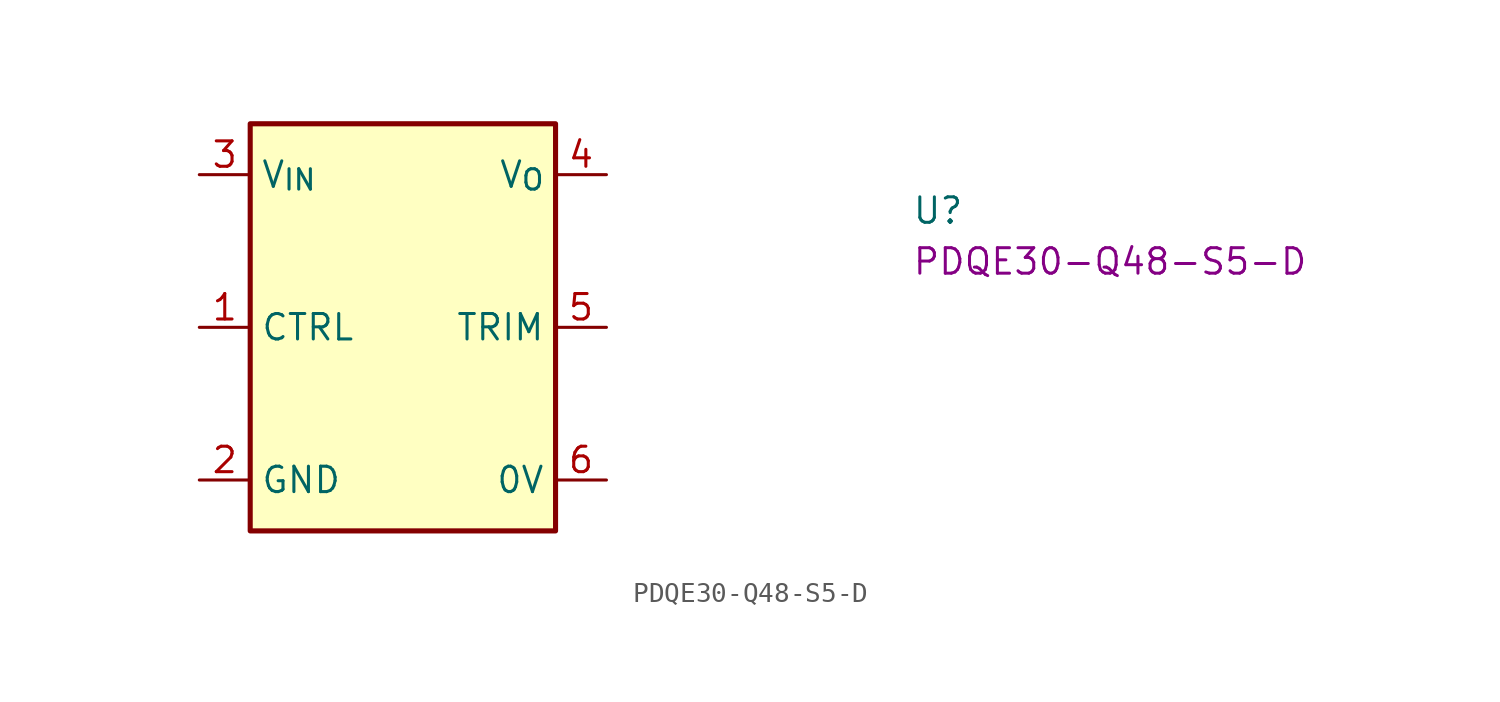
<source format=kicad_sym>
(kicad_symbol_lib
  (version 20220914)
  (generator kicad_symbol_editor)
  (symbol "PDQE30-Q48-S5-D"
    (property "Reference" "U"
      (at 35.56 -2.54 0)
      (effects (font (size 1.27 1.27) (thickness 0.15)) (justify left bottom)))
    (property "MPN" "PDQE30-Q48-S5-D"
      (at 35.56 -5.08 0)
      (effects (font (size 1.27 1.27) (thickness 0.15)) (justify left bottom)))
    (symbol "PDQE30-Q48-S5-D_1_1"
      (rectangle (start 2.54 2.54) (end 17.78 -17.78) (stroke (width 0.254) (type default)) (fill (type background)))
      (pin input line (at 0 -7.62 0) (length 2.54) (name "CTRL" (effects (font (size 1.27 1.27)))) (number "1" (effects (font (size 1.27 1.27)))))
      (pin power_in line (at 0 -15.24 0) (length 2.54) (name "GND" (effects (font (size 1.27 1.27)))) (number "2" (effects (font (size 1.27 1.27)))))
      (pin power_in line (at 0 0 0) (length 2.54) (name "V_{IN}" (effects (font (size 1.27 1.27)))) (number "3" (effects (font (size 1.27 1.27)))))
      (pin power_out line (at 20.32 0 180) (length 2.54) (name "V_{O}" (effects (font (size 1.27 1.27)))) (number "4" (effects (font (size 1.27 1.27)))))
      (pin passive line (at 20.32 -7.62 180) (length 2.54) (name "TRIM" (effects (font (size 1.27 1.27)))) (number "5" (effects (font (size 1.27 1.27)))))
      (pin power_out line (at 20.32 -15.24 180) (length 2.54) (name "0V" (effects (font (size 1.27 1.27)))) (number "6" (effects (font (size 1.27 1.27))))))))
</source>
